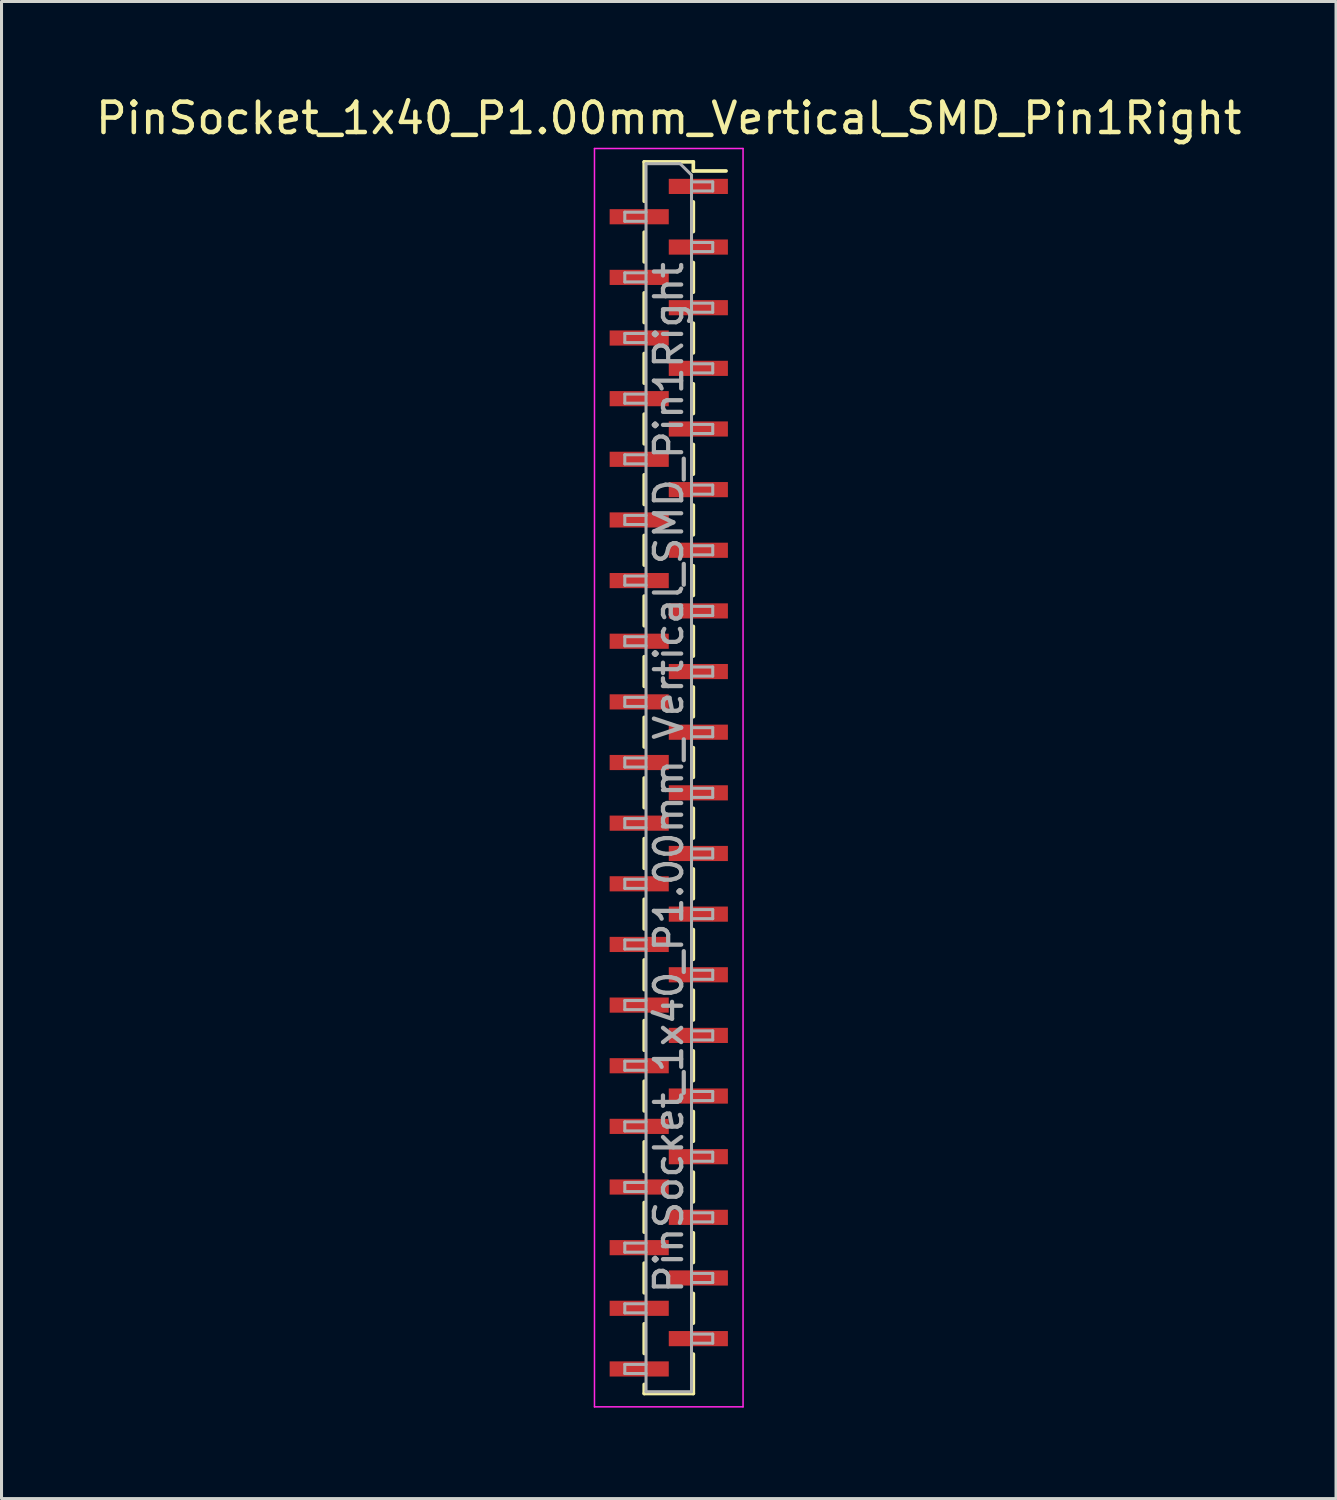
<source format=kicad_pcb>
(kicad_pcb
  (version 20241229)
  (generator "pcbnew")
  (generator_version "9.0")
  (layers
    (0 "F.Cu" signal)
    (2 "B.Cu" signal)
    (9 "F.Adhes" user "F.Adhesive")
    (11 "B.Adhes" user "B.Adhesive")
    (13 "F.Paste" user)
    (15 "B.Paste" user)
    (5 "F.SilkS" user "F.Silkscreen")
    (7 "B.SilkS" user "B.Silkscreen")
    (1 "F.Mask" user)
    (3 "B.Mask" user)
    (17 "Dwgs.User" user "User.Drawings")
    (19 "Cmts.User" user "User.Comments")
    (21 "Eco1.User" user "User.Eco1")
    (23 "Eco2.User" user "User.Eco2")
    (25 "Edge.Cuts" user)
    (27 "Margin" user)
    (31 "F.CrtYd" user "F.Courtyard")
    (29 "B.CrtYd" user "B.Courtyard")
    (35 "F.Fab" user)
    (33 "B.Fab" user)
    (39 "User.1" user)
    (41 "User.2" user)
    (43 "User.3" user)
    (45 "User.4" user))
  (footprint "PinSocket_1x40_P1.00mm_Vertical_SMD_Pin1Right"
    (layer "F.Cu")
    (at 19.006 22.598)
    (property "Reference" "PinSocket_1x40_P1.00mm_Vertical_SMD_Pin1Right" (at 0 -21.75 0) (layer "F.SilkS") (effects (font (size 1 1) (thickness 0.15))))
    (attr smd)
    (fp_line (start -0.81 -20.31) (end -0.81 -19.01) (stroke (width 0.12) (type solid)) (layer "F.SilkS"))
    (fp_line (start -0.81 -20.31) (end 0.81 -20.31) (stroke (width 0.12) (type solid)) (layer "F.SilkS"))
    (fp_line (start -0.81 -17.99) (end -0.81 -17.01) (stroke (width 0.12) (type solid)) (layer "F.SilkS"))
    (fp_line (start -0.81 -15.99) (end -0.81 -15.01) (stroke (width 0.12) (type solid)) (layer "F.SilkS"))
    (fp_line (start -0.81 -13.99) (end -0.81 -13.01) (stroke (width 0.12) (type solid)) (layer "F.SilkS"))
    (fp_line (start -0.81 -11.99) (end -0.81 -11.01) (stroke (width 0.12) (type solid)) (layer "F.SilkS"))
    (fp_line (start -0.81 -9.99) (end -0.81 -9.01) (stroke (width 0.12) (type solid)) (layer "F.SilkS"))
    (fp_line (start -0.81 -7.99) (end -0.81 -7.01) (stroke (width 0.12) (type solid)) (layer "F.SilkS"))
    (fp_line (start -0.81 -5.99) (end -0.81 -5.01) (stroke (width 0.12) (type solid)) (layer "F.SilkS"))
    (fp_line (start -0.81 -3.99) (end -0.81 -3.01) (stroke (width 0.12) (type solid)) (layer "F.SilkS"))
    (fp_line (start -0.81 -1.99) (end -0.81 -1.01) (stroke (width 0.12) (type solid)) (layer "F.SilkS"))
    (fp_line (start -0.81 0.01) (end -0.81 0.99) (stroke (width 0.12) (type solid)) (layer "F.SilkS"))
    (fp_line (start -0.81 2.01) (end -0.81 2.99) (stroke (width 0.12) (type solid)) (layer "F.SilkS"))
    (fp_line (start -0.81 4.01) (end -0.81 4.99) (stroke (width 0.12) (type solid)) (layer "F.SilkS"))
    (fp_line (start -0.81 6.01) (end -0.81 6.99) (stroke (width 0.12) (type solid)) (layer "F.SilkS"))
    (fp_line (start -0.81 8.01) (end -0.81 8.99) (stroke (width 0.12) (type solid)) (layer "F.SilkS"))
    (fp_line (start -0.81 10.01) (end -0.81 10.99) (stroke (width 0.12) (type solid)) (layer "F.SilkS"))
    (fp_line (start -0.81 12.01) (end -0.81 12.99) (stroke (width 0.12) (type solid)) (layer "F.SilkS"))
    (fp_line (start -0.81 14.01) (end -0.81 14.99) (stroke (width 0.12) (type solid)) (layer "F.SilkS"))
    (fp_line (start -0.81 16.01) (end -0.81 16.99) (stroke (width 0.12) (type solid)) (layer "F.SilkS"))
    (fp_line (start -0.81 18.01) (end -0.81 18.99) (stroke (width 0.12) (type solid)) (layer "F.SilkS"))
    (fp_line (start -0.81 20.01) (end -0.81 20.31) (stroke (width 0.12) (type solid)) (layer "F.SilkS"))
    (fp_line (start -0.81 20.31) (end 0.81 20.31) (stroke (width 0.12) (type solid)) (layer "F.SilkS"))
    (fp_line (start 0.81 -20.31) (end 0.81 -20.01) (stroke (width 0.12) (type solid)) (layer "F.SilkS"))
    (fp_line (start 0.81 -20.01) (end 1.89 -20.01) (stroke (width 0.12) (type solid)) (layer "F.SilkS"))
    (fp_line (start 0.81 -18.99) (end 0.81 -18.01) (stroke (width 0.12) (type solid)) (layer "F.SilkS"))
    (fp_line (start 0.81 -16.99) (end 0.81 -16.01) (stroke (width 0.12) (type solid)) (layer "F.SilkS"))
    (fp_line (start 0.81 -14.99) (end 0.81 -14.01) (stroke (width 0.12) (type solid)) (layer "F.SilkS"))
    (fp_line (start 0.81 -12.99) (end 0.81 -12.01) (stroke (width 0.12) (type solid)) (layer "F.SilkS"))
    (fp_line (start 0.81 -10.99) (end 0.81 -10.01) (stroke (width 0.12) (type solid)) (layer "F.SilkS"))
    (fp_line (start 0.81 -8.99) (end 0.81 -8.01) (stroke (width 0.12) (type solid)) (layer "F.SilkS"))
    (fp_line (start 0.81 -6.99) (end 0.81 -6.01) (stroke (width 0.12) (type solid)) (layer "F.SilkS"))
    (fp_line (start 0.81 -4.99) (end 0.81 -4.01) (stroke (width 0.12) (type solid)) (layer "F.SilkS"))
    (fp_line (start 0.81 -2.99) (end 0.81 -2.01) (stroke (width 0.12) (type solid)) (layer "F.SilkS"))
    (fp_line (start 0.81 -0.99) (end 0.81 -0.01) (stroke (width 0.12) (type solid)) (layer "F.SilkS"))
    (fp_line (start 0.81 1.01) (end 0.81 1.99) (stroke (width 0.12) (type solid)) (layer "F.SilkS"))
    (fp_line (start 0.81 3.01) (end 0.81 3.99) (stroke (width 0.12) (type solid)) (layer "F.SilkS"))
    (fp_line (start 0.81 5.01) (end 0.81 5.99) (stroke (width 0.12) (type solid)) (layer "F.SilkS"))
    (fp_line (start 0.81 7.01) (end 0.81 7.99) (stroke (width 0.12) (type solid)) (layer "F.SilkS"))
    (fp_line (start 0.81 9.01) (end 0.81 9.99) (stroke (width 0.12) (type solid)) (layer "F.SilkS"))
    (fp_line (start 0.81 11.01) (end 0.81 11.99) (stroke (width 0.12) (type solid)) (layer "F.SilkS"))
    (fp_line (start 0.81 13.01) (end 0.81 13.99) (stroke (width 0.12) (type solid)) (layer "F.SilkS"))
    (fp_line (start 0.81 15.01) (end 0.81 15.99) (stroke (width 0.12) (type solid)) (layer "F.SilkS"))
    (fp_line (start 0.81 17.01) (end 0.81 17.99) (stroke (width 0.12) (type solid)) (layer "F.SilkS"))
    (fp_line (start 0.81 19.01) (end 0.81 20.31) (stroke (width 0.12) (type solid)) (layer "F.SilkS"))
    (fp_line (start -2.45 -20.75) (end 2.45 -20.75) (stroke (width 0.05) (type solid)) (layer "F.CrtYd"))
    (fp_line (start -2.45 20.75) (end -2.45 -20.75) (stroke (width 0.05) (type solid)) (layer "F.CrtYd"))
    (fp_line (start 2.45 -20.75) (end 2.45 20.75) (stroke (width 0.05) (type solid)) (layer "F.CrtYd"))
    (fp_line (start 2.45 20.75) (end -2.45 20.75) (stroke (width 0.05) (type solid)) (layer "F.CrtYd"))
    (fp_line (start -1.45 -18.65) (end -0.75 -18.65) (stroke (width 0.1) (type solid)) (layer "F.Fab"))
    (fp_line (start -1.45 -18.35) (end -1.45 -18.65) (stroke (width 0.1) (type solid)) (layer "F.Fab"))
    (fp_line (start -1.45 -16.65) (end -0.75 -16.65) (stroke (width 0.1) (type solid)) (layer "F.Fab"))
    (fp_line (start -1.45 -16.35) (end -1.45 -16.65) (stroke (width 0.1) (type solid)) (layer "F.Fab"))
    (fp_line (start -1.45 -14.65) (end -0.75 -14.65) (stroke (width 0.1) (type solid)) (layer "F.Fab"))
    (fp_line (start -1.45 -14.35) (end -1.45 -14.65) (stroke (width 0.1) (type solid)) (layer "F.Fab"))
    (fp_line (start -1.45 -12.65) (end -0.75 -12.65) (stroke (width 0.1) (type solid)) (layer "F.Fab"))
    (fp_line (start -1.45 -12.35) (end -1.45 -12.65) (stroke (width 0.1) (type solid)) (layer "F.Fab"))
    (fp_line (start -1.45 -10.65) (end -0.75 -10.65) (stroke (width 0.1) (type solid)) (layer "F.Fab"))
    (fp_line (start -1.45 -10.35) (end -1.45 -10.65) (stroke (width 0.1) (type solid)) (layer "F.Fab"))
    (fp_line (start -1.45 -8.65) (end -0.75 -8.65) (stroke (width 0.1) (type solid)) (layer "F.Fab"))
    (fp_line (start -1.45 -8.35) (end -1.45 -8.65) (stroke (width 0.1) (type solid)) (layer "F.Fab"))
    (fp_line (start -1.45 -6.65) (end -0.75 -6.65) (stroke (width 0.1) (type solid)) (layer "F.Fab"))
    (fp_line (start -1.45 -6.35) (end -1.45 -6.65) (stroke (width 0.1) (type solid)) (layer "F.Fab"))
    (fp_line (start -1.45 -4.65) (end -0.75 -4.65) (stroke (width 0.1) (type solid)) (layer "F.Fab"))
    (fp_line (start -1.45 -4.35) (end -1.45 -4.65) (stroke (width 0.1) (type solid)) (layer "F.Fab"))
    (fp_line (start -1.45 -2.65) (end -0.75 -2.65) (stroke (width 0.1) (type solid)) (layer "F.Fab"))
    (fp_line (start -1.45 -2.35) (end -1.45 -2.65) (stroke (width 0.1) (type solid)) (layer "F.Fab"))
    (fp_line (start -1.45 -0.65) (end -0.75 -0.65) (stroke (width 0.1) (type solid)) (layer "F.Fab"))
    (fp_line (start -1.45 -0.35) (end -1.45 -0.65) (stroke (width 0.1) (type solid)) (layer "F.Fab"))
    (fp_line (start -1.45 1.35) (end -0.75 1.35) (stroke (width 0.1) (type solid)) (layer "F.Fab"))
    (fp_line (start -1.45 1.65) (end -1.45 1.35) (stroke (width 0.1) (type solid)) (layer "F.Fab"))
    (fp_line (start -1.45 3.35) (end -0.75 3.35) (stroke (width 0.1) (type solid)) (layer "F.Fab"))
    (fp_line (start -1.45 3.65) (end -1.45 3.35) (stroke (width 0.1) (type solid)) (layer "F.Fab"))
    (fp_line (start -1.45 5.35) (end -0.75 5.35) (stroke (width 0.1) (type solid)) (layer "F.Fab"))
    (fp_line (start -1.45 5.65) (end -1.45 5.35) (stroke (width 0.1) (type solid)) (layer "F.Fab"))
    (fp_line (start -1.45 7.35) (end -0.75 7.35) (stroke (width 0.1) (type solid)) (layer "F.Fab"))
    (fp_line (start -1.45 7.65) (end -1.45 7.35) (stroke (width 0.1) (type solid)) (layer "F.Fab"))
    (fp_line (start -1.45 9.35) (end -0.75 9.35) (stroke (width 0.1) (type solid)) (layer "F.Fab"))
    (fp_line (start -1.45 9.65) (end -1.45 9.35) (stroke (width 0.1) (type solid)) (layer "F.Fab"))
    (fp_line (start -1.45 11.35) (end -0.75 11.35) (stroke (width 0.1) (type solid)) (layer "F.Fab"))
    (fp_line (start -1.45 11.65) (end -1.45 11.35) (stroke (width 0.1) (type solid)) (layer "F.Fab"))
    (fp_line (start -1.45 13.35) (end -0.75 13.35) (stroke (width 0.1) (type solid)) (layer "F.Fab"))
    (fp_line (start -1.45 13.65) (end -1.45 13.35) (stroke (width 0.1) (type solid)) (layer "F.Fab"))
    (fp_line (start -1.45 15.35) (end -0.75 15.35) (stroke (width 0.1) (type solid)) (layer "F.Fab"))
    (fp_line (start -1.45 15.65) (end -1.45 15.35) (stroke (width 0.1) (type solid)) (layer "F.Fab"))
    (fp_line (start -1.45 17.35) (end -0.75 17.35) (stroke (width 0.1) (type solid)) (layer "F.Fab"))
    (fp_line (start -1.45 17.65) (end -1.45 17.35) (stroke (width 0.1) (type solid)) (layer "F.Fab"))
    (fp_line (start -1.45 19.35) (end -0.75 19.35) (stroke (width 0.1) (type solid)) (layer "F.Fab"))
    (fp_line (start -1.45 19.65) (end -1.45 19.35) (stroke (width 0.1) (type solid)) (layer "F.Fab"))
    (fp_line (start -0.75 -20.25) (end 0.375 -20.25) (stroke (width 0.1) (type solid)) (layer "F.Fab"))
    (fp_line (start -0.75 -18.35) (end -1.45 -18.35) (stroke (width 0.1) (type solid)) (layer "F.Fab"))
    (fp_line (start -0.75 -16.35) (end -1.45 -16.35) (stroke (width 0.1) (type solid)) (layer "F.Fab"))
    (fp_line (start -0.75 -14.35) (end -1.45 -14.35) (stroke (width 0.1) (type solid)) (layer "F.Fab"))
    (fp_line (start -0.75 -12.35) (end -1.45 -12.35) (stroke (width 0.1) (type solid)) (layer "F.Fab"))
    (fp_line (start -0.75 -10.35) (end -1.45 -10.35) (stroke (width 0.1) (type solid)) (layer "F.Fab"))
    (fp_line (start -0.75 -8.35) (end -1.45 -8.35) (stroke (width 0.1) (type solid)) (layer "F.Fab"))
    (fp_line (start -0.75 -6.35) (end -1.45 -6.35) (stroke (width 0.1) (type solid)) (layer "F.Fab"))
    (fp_line (start -0.75 -4.35) (end -1.45 -4.35) (stroke (width 0.1) (type solid)) (layer "F.Fab"))
    (fp_line (start -0.75 -2.35) (end -1.45 -2.35) (stroke (width 0.1) (type solid)) (layer "F.Fab"))
    (fp_line (start -0.75 -0.35) (end -1.45 -0.35) (stroke (width 0.1) (type solid)) (layer "F.Fab"))
    (fp_line (start -0.75 1.65) (end -1.45 1.65) (stroke (width 0.1) (type solid)) (layer "F.Fab"))
    (fp_line (start -0.75 3.65) (end -1.45 3.65) (stroke (width 0.1) (type solid)) (layer "F.Fab"))
    (fp_line (start -0.75 5.65) (end -1.45 5.65) (stroke (width 0.1) (type solid)) (layer "F.Fab"))
    (fp_line (start -0.75 7.65) (end -1.45 7.65) (stroke (width 0.1) (type solid)) (layer "F.Fab"))
    (fp_line (start -0.75 9.65) (end -1.45 9.65) (stroke (width 0.1) (type solid)) (layer "F.Fab"))
    (fp_line (start -0.75 11.65) (end -1.45 11.65) (stroke (width 0.1) (type solid)) (layer "F.Fab"))
    (fp_line (start -0.75 13.65) (end -1.45 13.65) (stroke (width 0.1) (type solid)) (layer "F.Fab"))
    (fp_line (start -0.75 15.65) (end -1.45 15.65) (stroke (width 0.1) (type solid)) (layer "F.Fab"))
    (fp_line (start -0.75 17.65) (end -1.45 17.65) (stroke (width 0.1) (type solid)) (layer "F.Fab"))
    (fp_line (start -0.75 19.65) (end -1.45 19.65) (stroke (width 0.1) (type solid)) (layer "F.Fab"))
    (fp_line (start -0.75 20.25) (end -0.75 -20.25) (stroke (width 0.1) (type solid)) (layer "F.Fab"))
    (fp_line (start 0.375 -20.25) (end 0.75 -19.875) (stroke (width 0.1) (type solid)) (layer "F.Fab"))
    (fp_line (start 0.75 -19.875) (end 0.75 20.25) (stroke (width 0.1) (type solid)) (layer "F.Fab"))
    (fp_line (start 0.75 -19.65) (end 1.45 -19.65) (stroke (width 0.1) (type solid)) (layer "F.Fab"))
    (fp_line (start 0.75 -17.65) (end 1.45 -17.65) (stroke (width 0.1) (type solid)) (layer "F.Fab"))
    (fp_line (start 0.75 -15.65) (end 1.45 -15.65) (stroke (width 0.1) (type solid)) (layer "F.Fab"))
    (fp_line (start 0.75 -13.65) (end 1.45 -13.65) (stroke (width 0.1) (type solid)) (layer "F.Fab"))
    (fp_line (start 0.75 -11.65) (end 1.45 -11.65) (stroke (width 0.1) (type solid)) (layer "F.Fab"))
    (fp_line (start 0.75 -9.65) (end 1.45 -9.65) (stroke (width 0.1) (type solid)) (layer "F.Fab"))
    (fp_line (start 0.75 -7.65) (end 1.45 -7.65) (stroke (width 0.1) (type solid)) (layer "F.Fab"))
    (fp_line (start 0.75 -5.65) (end 1.45 -5.65) (stroke (width 0.1) (type solid)) (layer "F.Fab"))
    (fp_line (start 0.75 -3.65) (end 1.45 -3.65) (stroke (width 0.1) (type solid)) (layer "F.Fab"))
    (fp_line (start 0.75 -1.65) (end 1.45 -1.65) (stroke (width 0.1) (type solid)) (layer "F.Fab"))
    (fp_line (start 0.75 0.35) (end 1.45 0.35) (stroke (width 0.1) (type solid)) (layer "F.Fab"))
    (fp_line (start 0.75 2.35) (end 1.45 2.35) (stroke (width 0.1) (type solid)) (layer "F.Fab"))
    (fp_line (start 0.75 4.35) (end 1.45 4.35) (stroke (width 0.1) (type solid)) (layer "F.Fab"))
    (fp_line (start 0.75 6.35) (end 1.45 6.35) (stroke (width 0.1) (type solid)) (layer "F.Fab"))
    (fp_line (start 0.75 8.35) (end 1.45 8.35) (stroke (width 0.1) (type solid)) (layer "F.Fab"))
    (fp_line (start 0.75 10.35) (end 1.45 10.35) (stroke (width 0.1) (type solid)) (layer "F.Fab"))
    (fp_line (start 0.75 12.35) (end 1.45 12.35) (stroke (width 0.1) (type solid)) (layer "F.Fab"))
    (fp_line (start 0.75 14.35) (end 1.45 14.35) (stroke (width 0.1) (type solid)) (layer "F.Fab"))
    (fp_line (start 0.75 16.35) (end 1.45 16.35) (stroke (width 0.1) (type solid)) (layer "F.Fab"))
    (fp_line (start 0.75 18.35) (end 1.45 18.35) (stroke (width 0.1) (type solid)) (layer "F.Fab"))
    (fp_line (start 0.75 20.25) (end -0.75 20.25) (stroke (width 0.1) (type solid)) (layer "F.Fab"))
    (fp_line (start 1.45 -19.65) (end 1.45 -19.35) (stroke (width 0.1) (type solid)) (layer "F.Fab"))
    (fp_line (start 1.45 -19.35) (end 0.75 -19.35) (stroke (width 0.1) (type solid)) (layer "F.Fab"))
    (fp_line (start 1.45 -17.65) (end 1.45 -17.35) (stroke (width 0.1) (type solid)) (layer "F.Fab"))
    (fp_line (start 1.45 -17.35) (end 0.75 -17.35) (stroke (width 0.1) (type solid)) (layer "F.Fab"))
    (fp_line (start 1.45 -15.65) (end 1.45 -15.35) (stroke (width 0.1) (type solid)) (layer "F.Fab"))
    (fp_line (start 1.45 -15.35) (end 0.75 -15.35) (stroke (width 0.1) (type solid)) (layer "F.Fab"))
    (fp_line (start 1.45 -13.65) (end 1.45 -13.35) (stroke (width 0.1) (type solid)) (layer "F.Fab"))
    (fp_line (start 1.45 -13.35) (end 0.75 -13.35) (stroke (width 0.1) (type solid)) (layer "F.Fab"))
    (fp_line (start 1.45 -11.65) (end 1.45 -11.35) (stroke (width 0.1) (type solid)) (layer "F.Fab"))
    (fp_line (start 1.45 -11.35) (end 0.75 -11.35) (stroke (width 0.1) (type solid)) (layer "F.Fab"))
    (fp_line (start 1.45 -9.65) (end 1.45 -9.35) (stroke (width 0.1) (type solid)) (layer "F.Fab"))
    (fp_line (start 1.45 -9.35) (end 0.75 -9.35) (stroke (width 0.1) (type solid)) (layer "F.Fab"))
    (fp_line (start 1.45 -7.65) (end 1.45 -7.35) (stroke (width 0.1) (type solid)) (layer "F.Fab"))
    (fp_line (start 1.45 -7.35) (end 0.75 -7.35) (stroke (width 0.1) (type solid)) (layer "F.Fab"))
    (fp_line (start 1.45 -5.65) (end 1.45 -5.35) (stroke (width 0.1) (type solid)) (layer "F.Fab"))
    (fp_line (start 1.45 -5.35) (end 0.75 -5.35) (stroke (width 0.1) (type solid)) (layer "F.Fab"))
    (fp_line (start 1.45 -3.65) (end 1.45 -3.35) (stroke (width 0.1) (type solid)) (layer "F.Fab"))
    (fp_line (start 1.45 -3.35) (end 0.75 -3.35) (stroke (width 0.1) (type solid)) (layer "F.Fab"))
    (fp_line (start 1.45 -1.65) (end 1.45 -1.35) (stroke (width 0.1) (type solid)) (layer "F.Fab"))
    (fp_line (start 1.45 -1.35) (end 0.75 -1.35) (stroke (width 0.1) (type solid)) (layer "F.Fab"))
    (fp_line (start 1.45 0.35) (end 1.45 0.65) (stroke (width 0.1) (type solid)) (layer "F.Fab"))
    (fp_line (start 1.45 0.65) (end 0.75 0.65) (stroke (width 0.1) (type solid)) (layer "F.Fab"))
    (fp_line (start 1.45 2.35) (end 1.45 2.65) (stroke (width 0.1) (type solid)) (layer "F.Fab"))
    (fp_line (start 1.45 2.65) (end 0.75 2.65) (stroke (width 0.1) (type solid)) (layer "F.Fab"))
    (fp_line (start 1.45 4.35) (end 1.45 4.65) (stroke (width 0.1) (type solid)) (layer "F.Fab"))
    (fp_line (start 1.45 4.65) (end 0.75 4.65) (stroke (width 0.1) (type solid)) (layer "F.Fab"))
    (fp_line (start 1.45 6.35) (end 1.45 6.65) (stroke (width 0.1) (type solid)) (layer "F.Fab"))
    (fp_line (start 1.45 6.65) (end 0.75 6.65) (stroke (width 0.1) (type solid)) (layer "F.Fab"))
    (fp_line (start 1.45 8.35) (end 1.45 8.65) (stroke (width 0.1) (type solid)) (layer "F.Fab"))
    (fp_line (start 1.45 8.65) (end 0.75 8.65) (stroke (width 0.1) (type solid)) (layer "F.Fab"))
    (fp_line (start 1.45 10.35) (end 1.45 10.65) (stroke (width 0.1) (type solid)) (layer "F.Fab"))
    (fp_line (start 1.45 10.65) (end 0.75 10.65) (stroke (width 0.1) (type solid)) (layer "F.Fab"))
    (fp_line (start 1.45 12.35) (end 1.45 12.65) (stroke (width 0.1) (type solid)) (layer "F.Fab"))
    (fp_line (start 1.45 12.65) (end 0.75 12.65) (stroke (width 0.1) (type solid)) (layer "F.Fab"))
    (fp_line (start 1.45 14.35) (end 1.45 14.65) (stroke (width 0.1) (type solid)) (layer "F.Fab"))
    (fp_line (start 1.45 14.65) (end 0.75 14.65) (stroke (width 0.1) (type solid)) (layer "F.Fab"))
    (fp_line (start 1.45 16.35) (end 1.45 16.65) (stroke (width 0.1) (type solid)) (layer "F.Fab"))
    (fp_line (start 1.45 16.65) (end 0.75 16.65) (stroke (width 0.1) (type solid)) (layer "F.Fab"))
    (fp_line (start 1.45 18.35) (end 1.45 18.65) (stroke (width 0.1) (type solid)) (layer "F.Fab"))
    (fp_line (start 1.45 18.65) (end 0.75 18.65) (stroke (width 0.1) (type solid)) (layer "F.Fab"))
    (fp_text user "${REFERENCE}" (at 0 0 90) (layer "F.Fab") (effects (font (size 0.9 0.9) (thickness 0.14))))
    (pad "1" smd rect (at 0.975 -19.5) (size 1.95 0.5) (layers "F.Cu" "F.Mask" "F.Paste"))
    (pad "2" smd rect (at -0.975 -18.5) (size 1.95 0.5) (layers "F.Cu" "F.Mask" "F.Paste"))
    (pad "3" smd rect (at 0.975 -17.5) (size 1.95 0.5) (layers "F.Cu" "F.Mask" "F.Paste"))
    (pad "4" smd rect (at -0.975 -16.5) (size 1.95 0.5) (layers "F.Cu" "F.Mask" "F.Paste"))
    (pad "5" smd rect (at 0.975 -15.5) (size 1.95 0.5) (layers "F.Cu" "F.Mask" "F.Paste"))
    (pad "6" smd rect (at -0.975 -14.5) (size 1.95 0.5) (layers "F.Cu" "F.Mask" "F.Paste"))
    (pad "7" smd rect (at 0.975 -13.5) (size 1.95 0.5) (layers "F.Cu" "F.Mask" "F.Paste"))
    (pad "8" smd rect (at -0.975 -12.5) (size 1.95 0.5) (layers "F.Cu" "F.Mask" "F.Paste"))
    (pad "9" smd rect (at 0.975 -11.5) (size 1.95 0.5) (layers "F.Cu" "F.Mask" "F.Paste"))
    (pad "10" smd rect (at -0.975 -10.5) (size 1.95 0.5) (layers "F.Cu" "F.Mask" "F.Paste"))
    (pad "11" smd rect (at 0.975 -9.5) (size 1.95 0.5) (layers "F.Cu" "F.Mask" "F.Paste"))
    (pad "12" smd rect (at -0.975 -8.5) (size 1.95 0.5) (layers "F.Cu" "F.Mask" "F.Paste"))
    (pad "13" smd rect (at 0.975 -7.5) (size 1.95 0.5) (layers "F.Cu" "F.Mask" "F.Paste"))
    (pad "14" smd rect (at -0.975 -6.5) (size 1.95 0.5) (layers "F.Cu" "F.Mask" "F.Paste"))
    (pad "15" smd rect (at 0.975 -5.5) (size 1.95 0.5) (layers "F.Cu" "F.Mask" "F.Paste"))
    (pad "16" smd rect (at -0.975 -4.5) (size 1.95 0.5) (layers "F.Cu" "F.Mask" "F.Paste"))
    (pad "17" smd rect (at 0.975 -3.5) (size 1.95 0.5) (layers "F.Cu" "F.Mask" "F.Paste"))
    (pad "18" smd rect (at -0.975 -2.5) (size 1.95 0.5) (layers "F.Cu" "F.Mask" "F.Paste"))
    (pad "19" smd rect (at 0.975 -1.5) (size 1.95 0.5) (layers "F.Cu" "F.Mask" "F.Paste"))
    (pad "20" smd rect (at -0.975 -0.5) (size 1.95 0.5) (layers "F.Cu" "F.Mask" "F.Paste"))
    (pad "21" smd rect (at 0.975 0.5) (size 1.95 0.5) (layers "F.Cu" "F.Mask" "F.Paste"))
    (pad "22" smd rect (at -0.975 1.5) (size 1.95 0.5) (layers "F.Cu" "F.Mask" "F.Paste"))
    (pad "23" smd rect (at 0.975 2.5) (size 1.95 0.5) (layers "F.Cu" "F.Mask" "F.Paste"))
    (pad "24" smd rect (at -0.975 3.5) (size 1.95 0.5) (layers "F.Cu" "F.Mask" "F.Paste"))
    (pad "25" smd rect (at 0.975 4.5) (size 1.95 0.5) (layers "F.Cu" "F.Mask" "F.Paste"))
    (pad "26" smd rect (at -0.975 5.5) (size 1.95 0.5) (layers "F.Cu" "F.Mask" "F.Paste"))
    (pad "27" smd rect (at 0.975 6.5) (size 1.95 0.5) (layers "F.Cu" "F.Mask" "F.Paste"))
    (pad "28" smd rect (at -0.975 7.5) (size 1.95 0.5) (layers "F.Cu" "F.Mask" "F.Paste"))
    (pad "29" smd rect (at 0.975 8.5) (size 1.95 0.5) (layers "F.Cu" "F.Mask" "F.Paste"))
    (pad "30" smd rect (at -0.975 9.5) (size 1.95 0.5) (layers "F.Cu" "F.Mask" "F.Paste"))
    (pad "31" smd rect (at 0.975 10.5) (size 1.95 0.5) (layers "F.Cu" "F.Mask" "F.Paste"))
    (pad "32" smd rect (at -0.975 11.5) (size 1.95 0.5) (layers "F.Cu" "F.Mask" "F.Paste"))
    (pad "33" smd rect (at 0.975 12.5) (size 1.95 0.5) (layers "F.Cu" "F.Mask" "F.Paste"))
    (pad "34" smd rect (at -0.975 13.5) (size 1.95 0.5) (layers "F.Cu" "F.Mask" "F.Paste"))
    (pad "35" smd rect (at 0.975 14.5) (size 1.95 0.5) (layers "F.Cu" "F.Mask" "F.Paste"))
    (pad "36" smd rect (at -0.975 15.5) (size 1.95 0.5) (layers "F.Cu" "F.Mask" "F.Paste"))
    (pad "37" smd rect (at 0.975 16.5) (size 1.95 0.5) (layers "F.Cu" "F.Mask" "F.Paste"))
    (pad "38" smd rect (at -0.975 17.5) (size 1.95 0.5) (layers "F.Cu" "F.Mask" "F.Paste"))
    (pad "39" smd rect (at 0.975 18.5) (size 1.95 0.5) (layers "F.Cu" "F.Mask" "F.Paste"))
    (pad "40" smd rect (at -0.975 19.5) (size 1.95 0.5) (layers "F.Cu" "F.Mask" "F.Paste")))
  (gr_rect
    (start -3 -3)
    (end 41.012 46.373)
    (stroke (width 0.1) (type default))
    (fill no)
    (layer "Edge.Cuts")))
</source>
